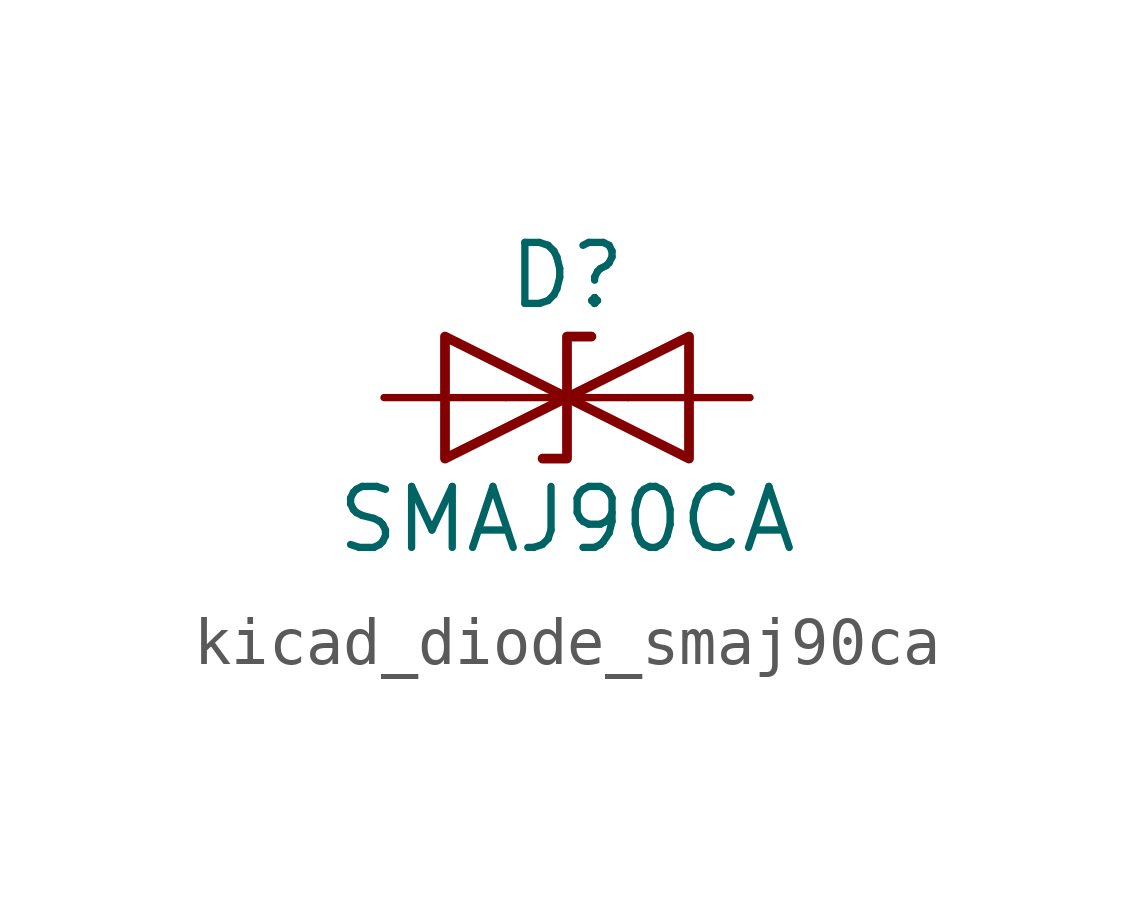
<source format=kicad_sym>
(kicad_symbol_lib
  (version 20220914)
  (generator kicad_symbol_editor)
  (symbol "kicad_diode_smaj90ca"
    (pin_numbers hide)
    (pin_names
      (offset 1.016) hide)
    (property "Reference" "D"
      (at 0 2.54 0)
      (effects (font (size 1.27 1.27))))
    (property "Value" "SMAJ90CA"
      (at 0 -2.54 0)
      (effects (font (size 1.27 1.27))))
    (symbol "kicad_diode_smaj90ca_0_1"
      (polyline (pts (xy 1.27 0) (xy -1.27 0)) (stroke (width 0) (type default)) (fill (type none)))
      (polyline (pts (xy -2.54 -1.27) (xy 0 0) (xy -2.54 1.27) (xy -2.54 -1.27)) (stroke (width 0.203) (type default)) (fill (type none)))
      (polyline (pts (xy 0.508 1.27) (xy 0 1.27) (xy 0 -1.27) (xy -0.508 -1.27)) (stroke (width 0.203) (type default)) (fill (type none)))
      (polyline (pts (xy 2.54 1.27) (xy 2.54 -1.27) (xy 0 0) (xy 2.54 1.27)) (stroke (width 0.203) (type default)) (fill (type none))))
    (symbol "kicad_diode_smaj90ca_1_1"
      (pin passive line (at -3.81 0 0) (length 2.54) (name "A1" (effects (font (size 1.27 1.27)))) (number "1" (effects (font (size 1.27 1.27)))))
      (pin passive line (at 3.81 0 180) (length 2.54) (name "A2" (effects (font (size 1.27 1.27)))) (number "2" (effects (font (size 1.27 1.27))))))))
</source>
